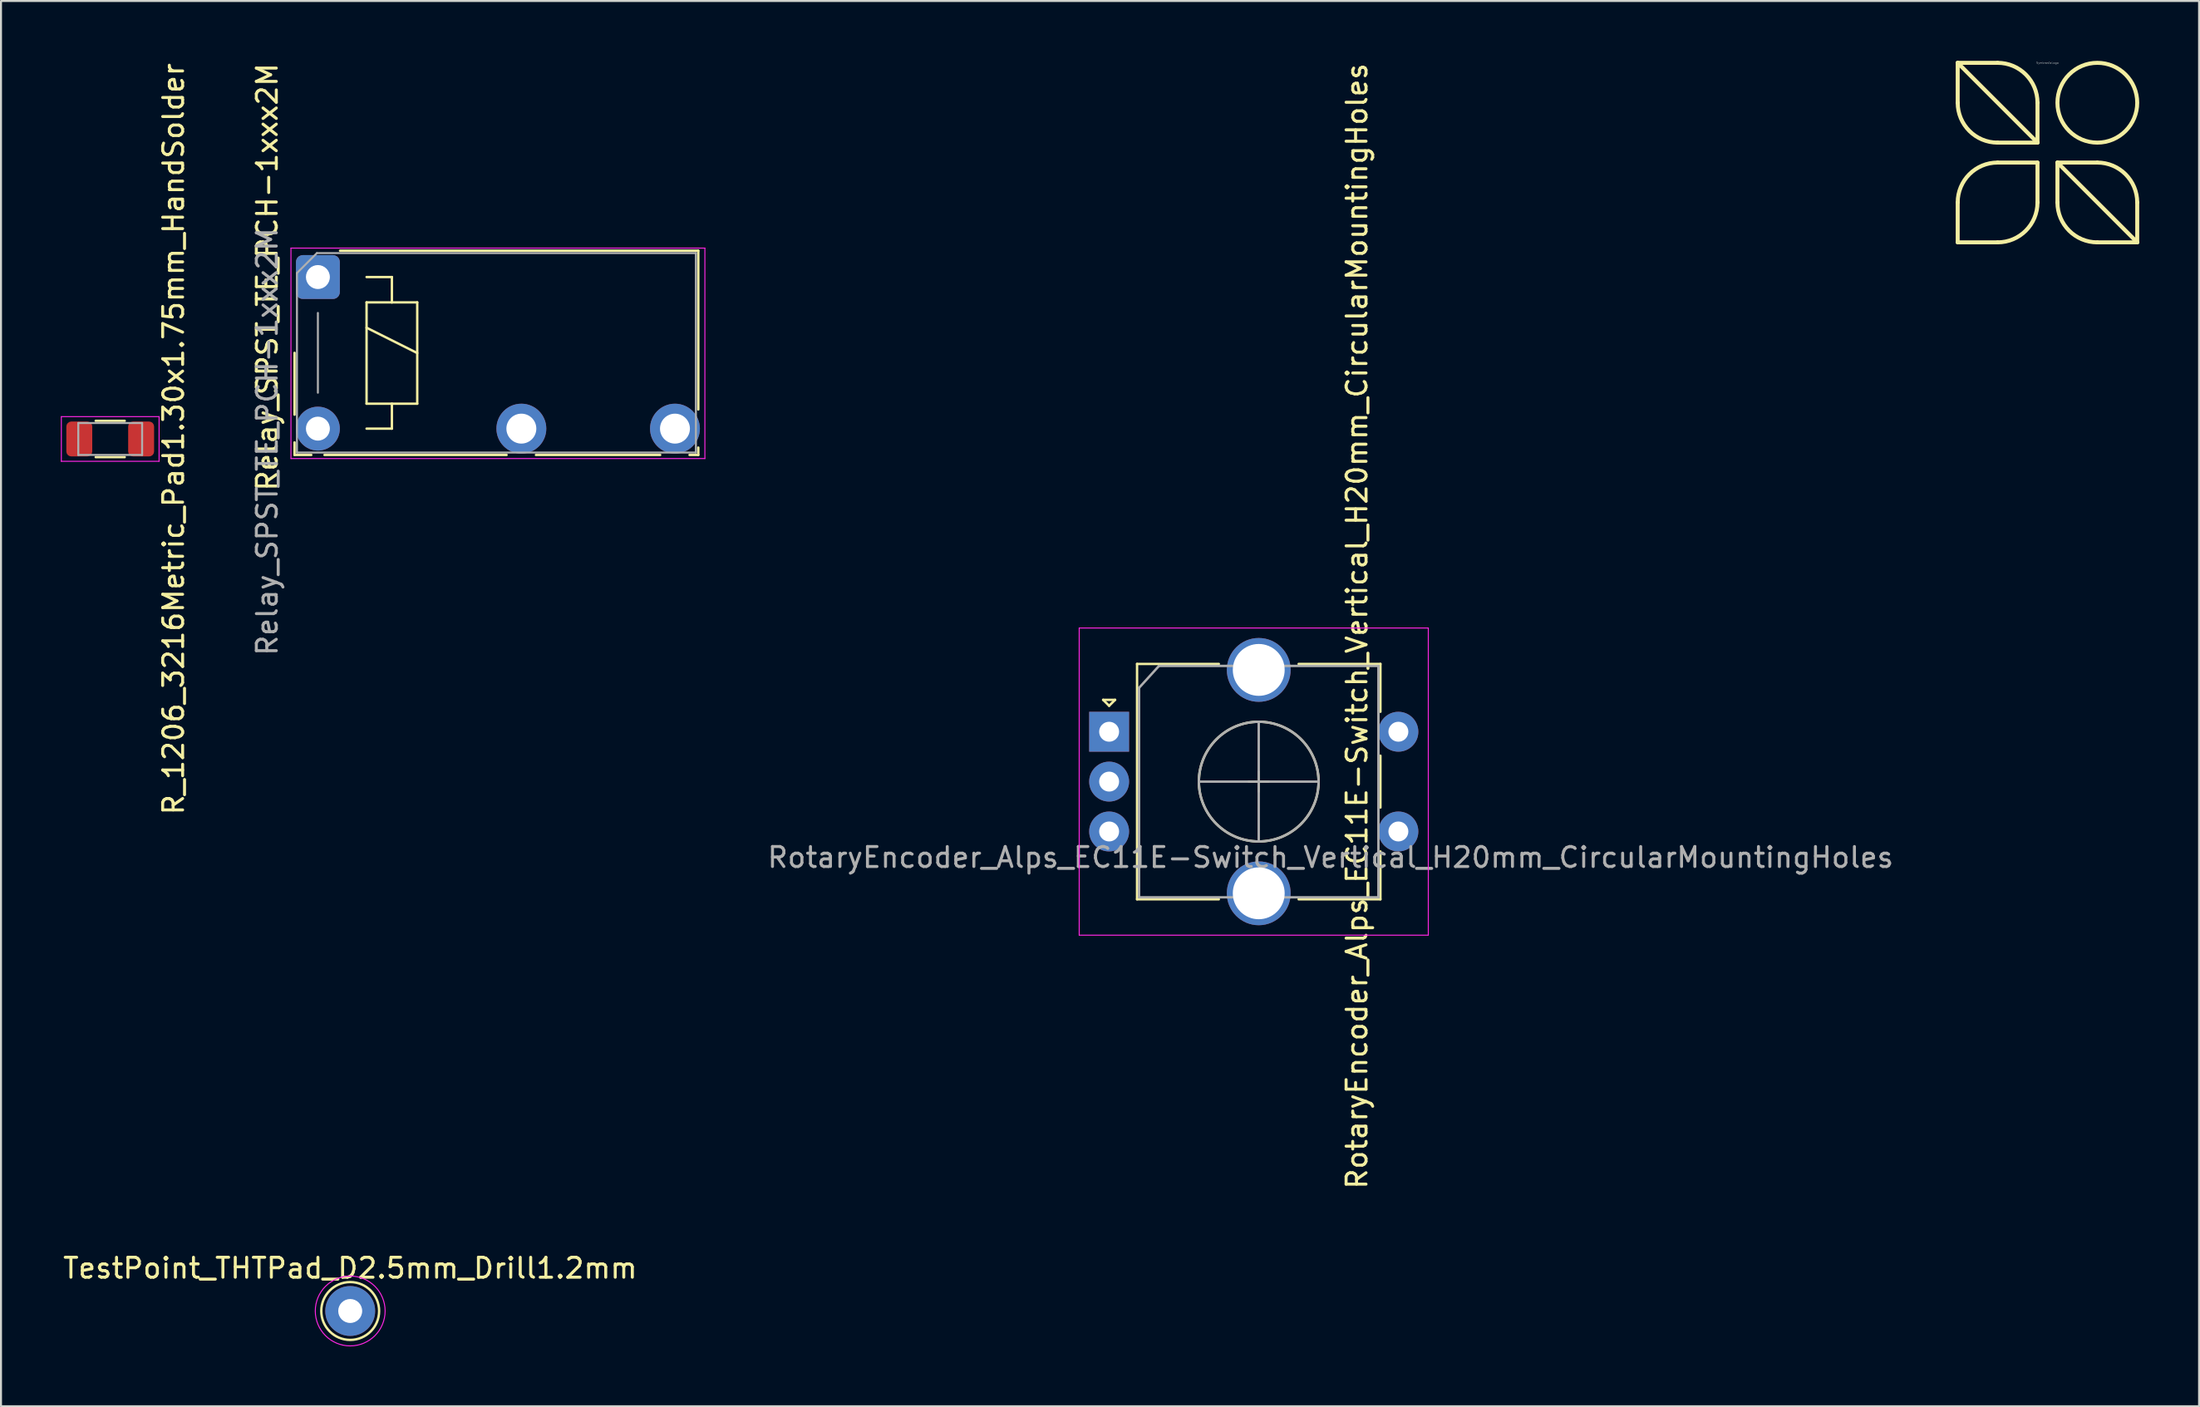
<source format=kicad_pcb>
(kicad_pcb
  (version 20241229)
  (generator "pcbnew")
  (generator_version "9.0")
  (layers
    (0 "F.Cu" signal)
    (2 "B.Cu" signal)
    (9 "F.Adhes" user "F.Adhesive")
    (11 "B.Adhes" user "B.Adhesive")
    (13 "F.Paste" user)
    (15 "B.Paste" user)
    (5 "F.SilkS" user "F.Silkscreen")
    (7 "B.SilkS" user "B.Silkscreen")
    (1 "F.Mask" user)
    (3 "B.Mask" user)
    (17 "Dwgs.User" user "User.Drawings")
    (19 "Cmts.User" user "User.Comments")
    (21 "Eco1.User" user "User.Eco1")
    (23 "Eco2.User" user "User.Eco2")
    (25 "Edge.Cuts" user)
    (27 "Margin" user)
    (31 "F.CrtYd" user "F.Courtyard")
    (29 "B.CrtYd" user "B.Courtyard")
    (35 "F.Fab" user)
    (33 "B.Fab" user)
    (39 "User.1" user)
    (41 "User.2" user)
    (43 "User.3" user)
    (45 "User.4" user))
  (footprint "R_1206_3216Metric_Pad1.30x1.75mm_HandSolder"
    (layer "F.Cu")
    (at 2.475 18.958)
    (property "Reference" "R_1206_3216Metric_Pad1.30x1.75mm_HandSolder" (at 3.175 0 90) (layer "F.SilkS") (effects (font (size 1 1) (thickness 0.15))))
    (attr smd)
    (fp_line (start -0.727 -0.91) (end 0.727 -0.91) (stroke (width 0.12) (type solid)) (layer "F.SilkS"))
    (fp_line (start -0.727 0.91) (end 0.727 0.91) (stroke (width 0.12) (type solid)) (layer "F.SilkS"))
    (fp_line (start -2.45 -1.12) (end 2.45 -1.12) (stroke (width 0.05) (type solid)) (layer "F.CrtYd"))
    (fp_line (start -2.45 1.12) (end -2.45 -1.12) (stroke (width 0.05) (type solid)) (layer "F.CrtYd"))
    (fp_line (start 2.45 -1.12) (end 2.45 1.12) (stroke (width 0.05) (type solid)) (layer "F.CrtYd"))
    (fp_line (start 2.45 1.12) (end -2.45 1.12) (stroke (width 0.05) (type solid)) (layer "F.CrtYd"))
    (fp_line (start -1.6 -0.8) (end 1.6 -0.8) (stroke (width 0.1) (type solid)) (layer "F.Fab"))
    (fp_line (start -1.6 0.8) (end -1.6 -0.8) (stroke (width 0.1) (type solid)) (layer "F.Fab"))
    (fp_line (start 1.6 -0.8) (end 1.6 0.8) (stroke (width 0.1) (type solid)) (layer "F.Fab"))
    (fp_line (start 1.6 0.8) (end -1.6 0.8) (stroke (width 0.1) (type solid)) (layer "F.Fab"))
    (pad "1" smd roundrect (at -1.55 0) (size 1.3 1.75) (layers "F.Cu" "F.Mask" "F.Paste") (roundrect_rratio 0.192))
    (pad "2" smd roundrect (at 1.55 0) (size 1.3 1.75) (layers "F.Cu" "F.Mask" "F.Paste") (roundrect_rratio 0.192)))
  (footprint "SymbrosiaLogo"
    (layer "F.Cu")
    (at 99.59 4.6)
    (property "Reference" "SymbrosiaLogo" (at 0 -4.5 0) (layer "Dwgs.User") (effects (font (size 0.1 0.1) (thickness 0.01))))
    (attr through_hole)
    (fp_line (start -4.5 -4.5) (end -4.5 -2.5) (stroke (width 0.2) (type solid)) (layer "F.SilkS"))
    (fp_line (start -4.5 -4.5) (end -0.5 -0.5) (stroke (width 0.2) (type solid)) (layer "F.SilkS"))
    (fp_line (start -4.5 2.5) (end -4.5 4.5) (stroke (width 0.2) (type solid)) (layer "F.SilkS"))
    (fp_line (start -4.5 4.5) (end -2.5 4.5) (stroke (width 0.2) (type solid)) (layer "F.SilkS"))
    (fp_line (start -2.5 -4.5) (end -4.5 -4.5) (stroke (width 0.2) (type solid)) (layer "F.SilkS"))
    (fp_line (start -2.5 0.5) (end -0.5 0.5) (stroke (width 0.2) (type solid)) (layer "F.SilkS"))
    (fp_line (start -0.5 -0.5) (end -2.5 -0.5) (stroke (width 0.2) (type solid)) (layer "F.SilkS"))
    (fp_line (start -0.5 -0.5) (end -0.5 -2.5) (stroke (width 0.2) (type solid)) (layer "F.SilkS"))
    (fp_line (start -0.5 0.5) (end -0.5 2.5) (stroke (width 0.2) (type solid)) (layer "F.SilkS"))
    (fp_line (start 0.5 0.5) (end 2.5 0.5) (stroke (width 0.2) (type solid)) (layer "F.SilkS"))
    (fp_line (start 0.5 0.5) (end 4.5 4.5) (stroke (width 0.2) (type solid)) (layer "F.SilkS"))
    (fp_line (start 0.5 2.5) (end 0.5 0.5) (stroke (width 0.2) (type solid)) (layer "F.SilkS"))
    (fp_line (start 2.5 4.5) (end 4.5 4.5) (stroke (width 0.2) (type solid)) (layer "F.SilkS"))
    (fp_line (start 4.5 4.5) (end 4.5 2.5) (stroke (width 0.2) (type solid)) (layer "F.SilkS"))
    (fp_arc (start -4.5 2.5) (mid -3.914214 1.085786) (end -2.5 0.5) (stroke (width 0.2) (type solid)) (layer "F.SilkS"))
    (fp_arc (start -2.5 -4.5) (mid -1.085786 -3.914214) (end -0.5 -2.5) (stroke (width 0.2) (type solid)) (layer "F.SilkS"))
    (fp_arc (start -2.5 -0.5) (mid -3.914214 -1.085786) (end -4.5 -2.5) (stroke (width 0.2) (type solid)) (layer "F.SilkS"))
    (fp_arc (start -0.5 2.5) (mid -1.085786 3.914214) (end -2.5 4.5) (stroke (width 0.2) (type solid)) (layer "F.SilkS"))
    (fp_arc (start 2.5 0.5) (mid 3.914214 1.085786) (end 4.5 2.5) (stroke (width 0.2) (type solid)) (layer "F.SilkS"))
    (fp_arc (start 2.5 4.5) (mid 1.085786 3.914214) (end 0.5 2.5) (stroke (width 0.2) (type solid)) (layer "F.SilkS"))
    (fp_circle (center 2.5 -2.5) (end 4.5 -2.5) (stroke (width 0.2) (type solid)) (fill no) (layer "F.SilkS")))
  (footprint "TestPoint_THTPad_D2.5mm_Drill1.2mm"
    (layer "F.Cu")
    (at 14.506 62.675)
    (property "Reference" "TestPoint_THTPad_D2.5mm_Drill1.2mm" (at 0 -2.148 0) (layer "F.SilkS") (effects (font (size 1 1) (thickness 0.15))))
    (attr exclude_from_pos_files exclude_from_bom)
    (fp_circle (center 0 0) (end 0 1.45) (stroke (width 0.12) (type solid)) (fill no) (layer "F.SilkS"))
    (fp_circle (center 0 0) (end 1.75 0) (stroke (width 0.05) (type solid)) (fill no) (layer "F.CrtYd"))
    (pad "1" thru_hole circle (at 0 0) (size 2.5 2.5) (drill 1.2) (layers "*.Cu" "*.Mask")))
  (footprint "RotaryEncoder_Alps_EC11E-Switch_Vertical_H20mm_CircularMountingHoles"
    (layer "F.Cu")
    (at 52.551 33.635)
    (property "Reference" "RotaryEncoder_Alps_EC11E-Switch_Vertical_H20mm_CircularMountingHoles" (at 12.424 -5.296 270) (layer "F.SilkS") (effects (font (size 1 1) (thickness 0.15))))
    (attr through_hole)
    (fp_line (start -0.3 -1.6) (end 0.3 -1.6) (stroke (width 0.12) (type solid)) (layer "F.SilkS"))
    (fp_line (start 0 -1.3) (end -0.3 -1.6) (stroke (width 0.12) (type solid)) (layer "F.SilkS"))
    (fp_line (start 0.3 -1.6) (end 0 -1.3) (stroke (width 0.12) (type solid)) (layer "F.SilkS"))
    (fp_line (start 1.4 -3.4) (end 1.4 8.4) (stroke (width 0.12) (type solid)) (layer "F.SilkS"))
    (fp_line (start 5.5 -3.4) (end 1.4 -3.4) (stroke (width 0.12) (type solid)) (layer "F.SilkS"))
    (fp_line (start 5.5 8.4) (end 1.4 8.4) (stroke (width 0.12) (type solid)) (layer "F.SilkS"))
    (fp_line (start 7 2.5) (end 8 2.5) (stroke (width 0.12) (type solid)) (layer "F.SilkS"))
    (fp_line (start 7.5 2) (end 7.5 3) (stroke (width 0.12) (type solid)) (layer "F.SilkS"))
    (fp_line (start 9.5 -3.4) (end 13.6 -3.4) (stroke (width 0.12) (type solid)) (layer "F.SilkS"))
    (fp_line (start 13.6 -3.4) (end 13.6 -1) (stroke (width 0.12) (type solid)) (layer "F.SilkS"))
    (fp_line (start 13.6 1.2) (end 13.6 3.8) (stroke (width 0.12) (type solid)) (layer "F.SilkS"))
    (fp_line (start 13.6 6) (end 13.6 8.4) (stroke (width 0.12) (type solid)) (layer "F.SilkS"))
    (fp_line (start 13.6 8.4) (end 9.5 8.4) (stroke (width 0.12) (type solid)) (layer "F.SilkS"))
    (fp_circle (center 7.5 2.5) (end 10.5 2.5) (stroke (width 0.12) (type solid)) (fill no) (layer "F.SilkS"))
    (fp_line (start -1.5 -5.2) (end -1.5 10.2) (stroke (width 0.05) (type solid)) (layer "F.CrtYd"))
    (fp_line (start -1.5 -5.2) (end 16 -5.2) (stroke (width 0.05) (type solid)) (layer "F.CrtYd"))
    (fp_line (start 16 10.2) (end -1.5 10.2) (stroke (width 0.05) (type solid)) (layer "F.CrtYd"))
    (fp_line (start 16 10.2) (end 16 -5.2) (stroke (width 0.05) (type solid)) (layer "F.CrtYd"))
    (fp_line (start 1.5 -2.2) (end 2.5 -3.3) (stroke (width 0.12) (type solid)) (layer "F.Fab"))
    (fp_line (start 1.5 8.3) (end 1.5 -2.2) (stroke (width 0.12) (type solid)) (layer "F.Fab"))
    (fp_line (start 2.5 -3.3) (end 13.5 -3.3) (stroke (width 0.12) (type solid)) (layer "F.Fab"))
    (fp_line (start 4.5 2.5) (end 10.5 2.5) (stroke (width 0.12) (type solid)) (layer "F.Fab"))
    (fp_line (start 7.5 -0.5) (end 7.5 5.5) (stroke (width 0.12) (type solid)) (layer "F.Fab"))
    (fp_line (start 13.5 -3.3) (end 13.5 8.3) (stroke (width 0.12) (type solid)) (layer "F.Fab"))
    (fp_line (start 13.5 8.3) (end 1.5 8.3) (stroke (width 0.12) (type solid)) (layer "F.Fab"))
    (fp_circle (center 7.5 2.5) (end 10.5 2.5) (stroke (width 0.12) (type solid)) (fill no) (layer "F.Fab"))
    (fp_text user "${REFERENCE}" (at 11.1 6.3 180) (layer "F.Fab") (effects (font (size 1 1) (thickness 0.15))))
    (pad "A" thru_hole rect (at 0 0) (size 2 2) (drill 1) (layers "*.Cu" "*.Mask"))
    (pad "B" thru_hole circle (at 0 5) (size 2 2) (drill 1) (layers "*.Cu" "*.Mask"))
    (pad "C" thru_hole circle (at 0 2.5) (size 2 2) (drill 1) (layers "*.Cu" "*.Mask"))
    (pad "MP" thru_hole circle (at 7.5 -3.1) (size 3.2 3.2) (drill 2.6) (layers "*.Cu" "*.Mask"))
    (pad "MP" thru_hole circle (at 7.5 8.1) (size 3.2 3.2) (drill 2.6) (layers "*.Cu" "*.Mask"))
    (pad "S1" thru_hole circle (at 14.5 5) (size 2 2) (drill 1) (layers "*.Cu" "*.Mask"))
    (pad "S2" thru_hole circle (at 14.5 0) (size 2 2) (drill 1) (layers "*.Cu" "*.Mask")))
  (footprint "Relay_SPST_TE_PCH-1xxx2M"
    (layer "F.Cu")
    (at 12.886 10.839)
    (property "Reference" "Relay_SPST_TE_PCH-1xxx2M" (at -2.54 0 270) (layer "F.SilkS") (effects (font (size 1 1) (thickness 0.15))))
    (attr through_hole)
    (fp_line (start -1.17 3.8) (end -1.17 6.9) (stroke (width 0.12) (type solid)) (layer "F.SilkS"))
    (fp_line (start -1.17 8.29) (end -1.17 8.92) (stroke (width 0.12) (type solid)) (layer "F.SilkS"))
    (fp_line (start -0.33 8.92) (end -1.17 8.92) (stroke (width 0.12) (type solid)) (layer "F.SilkS"))
    (fp_line (start 2.44 0) (end 3.71 0) (stroke (width 0.12) (type solid)) (layer "F.SilkS"))
    (fp_line (start 2.44 1.27) (end 3.71 1.27) (stroke (width 0.12) (type solid)) (layer "F.SilkS"))
    (fp_line (start 2.44 2.54) (end 4.98 3.81) (stroke (width 0.12) (type solid)) (layer "F.SilkS"))
    (fp_line (start 2.44 6.35) (end 2.44 1.27) (stroke (width 0.12) (type solid)) (layer "F.SilkS"))
    (fp_line (start 3.71 0) (end 3.71 1.27) (stroke (width 0.12) (type solid)) (layer "F.SilkS"))
    (fp_line (start 3.71 1.27) (end 4.98 1.27) (stroke (width 0.12) (type solid)) (layer "F.SilkS"))
    (fp_line (start 3.71 6.35) (end 3.71 7.6) (stroke (width 0.12) (type solid)) (layer "F.SilkS"))
    (fp_line (start 3.71 7.6) (end 2.44 7.6) (stroke (width 0.12) (type solid)) (layer "F.SilkS"))
    (fp_line (start 4.98 1.27) (end 4.98 6.35) (stroke (width 0.12) (type solid)) (layer "F.SilkS"))
    (fp_line (start 4.98 6.35) (end 2.44 6.35) (stroke (width 0.12) (type solid)) (layer "F.SilkS"))
    (fp_line (start 9.46 8.92) (end 0.33 8.92) (stroke (width 0.12) (type solid)) (layer "F.SilkS"))
    (fp_line (start 17.16 8.92) (end 10.93 8.92) (stroke (width 0.12) (type solid)) (layer "F.SilkS"))
    (fp_line (start 19.07 -1.32) (end 1.11 -1.32) (stroke (width 0.12) (type solid)) (layer "F.SilkS"))
    (fp_line (start 19.07 -1.32) (end 19.07 6.64) (stroke (width 0.12) (type solid)) (layer "F.SilkS"))
    (fp_line (start 19.07 8.92) (end 18.63 8.92) (stroke (width 0.12) (type solid)) (layer "F.SilkS"))
    (fp_line (start 19.07 8.92) (end 19.07 8.55) (stroke (width 0.12) (type solid)) (layer "F.SilkS"))
    (fp_line (start -1.35 -1.45) (end 19.4 -1.45) (stroke (width 0.05) (type solid)) (layer "F.CrtYd"))
    (fp_line (start -1.35 9.1) (end -1.35 -1.45) (stroke (width 0.05) (type solid)) (layer "F.CrtYd"))
    (fp_line (start 19.4 -1.45) (end 19.4 9.1) (stroke (width 0.05) (type solid)) (layer "F.CrtYd"))
    (fp_line (start 19.4 9.1) (end -1.35 9.1) (stroke (width 0.05) (type solid)) (layer "F.CrtYd"))
    (fp_line (start -1.05 8.8) (end -1.05 -0.2) (stroke (width 0.1) (type solid)) (layer "F.Fab"))
    (fp_line (start -0.05 -1.2) (end -1.05 -0.2) (stroke (width 0.1) (type solid)) (layer "F.Fab"))
    (fp_line (start -0.05 -1.2) (end 18.95 -1.2) (stroke (width 0.1) (type solid)) (layer "F.Fab"))
    (fp_line (start 0 1.8) (end 0 5.8) (stroke (width 0.1) (type solid)) (layer "F.Fab"))
    (fp_line (start 18.95 -1.2) (end 18.95 8.8) (stroke (width 0.1) (type solid)) (layer "F.Fab"))
    (fp_line (start 18.95 8.8) (end -1.05 8.8) (stroke (width 0.1) (type solid)) (layer "F.Fab"))
    (fp_text user "${REFERENCE}" (at -2.54 8.255 270) (layer "F.Fab") (effects (font (size 1 1) (thickness 0.15))))
    (pad "1" thru_hole roundrect (at 0 0) (size 2.2 2.2) (drill 1.2) (layers "*.Cu" "*.Mask") (roundrect_rratio 0.155))
    (pad "2" thru_hole circle (at 10.2 7.6) (size 2.5 2.5) (drill 1.5) (layers "*.Cu" "*.Mask"))
    (pad "3" thru_hole circle (at 17.9 7.6) (size 2.5 2.5) (drill 1.5) (layers "*.Cu" "*.Mask"))
    (pad "5" thru_hole circle (at 0 7.6) (size 2.2 2.2) (drill 1.2) (layers "*.Cu" "*.Mask")))
  (gr_rect
    (start -3 -3)
    (end 107.19 67.45)
    (stroke (width 0.1) (type default))
    (fill no)
    (layer "Edge.Cuts")))
</source>
